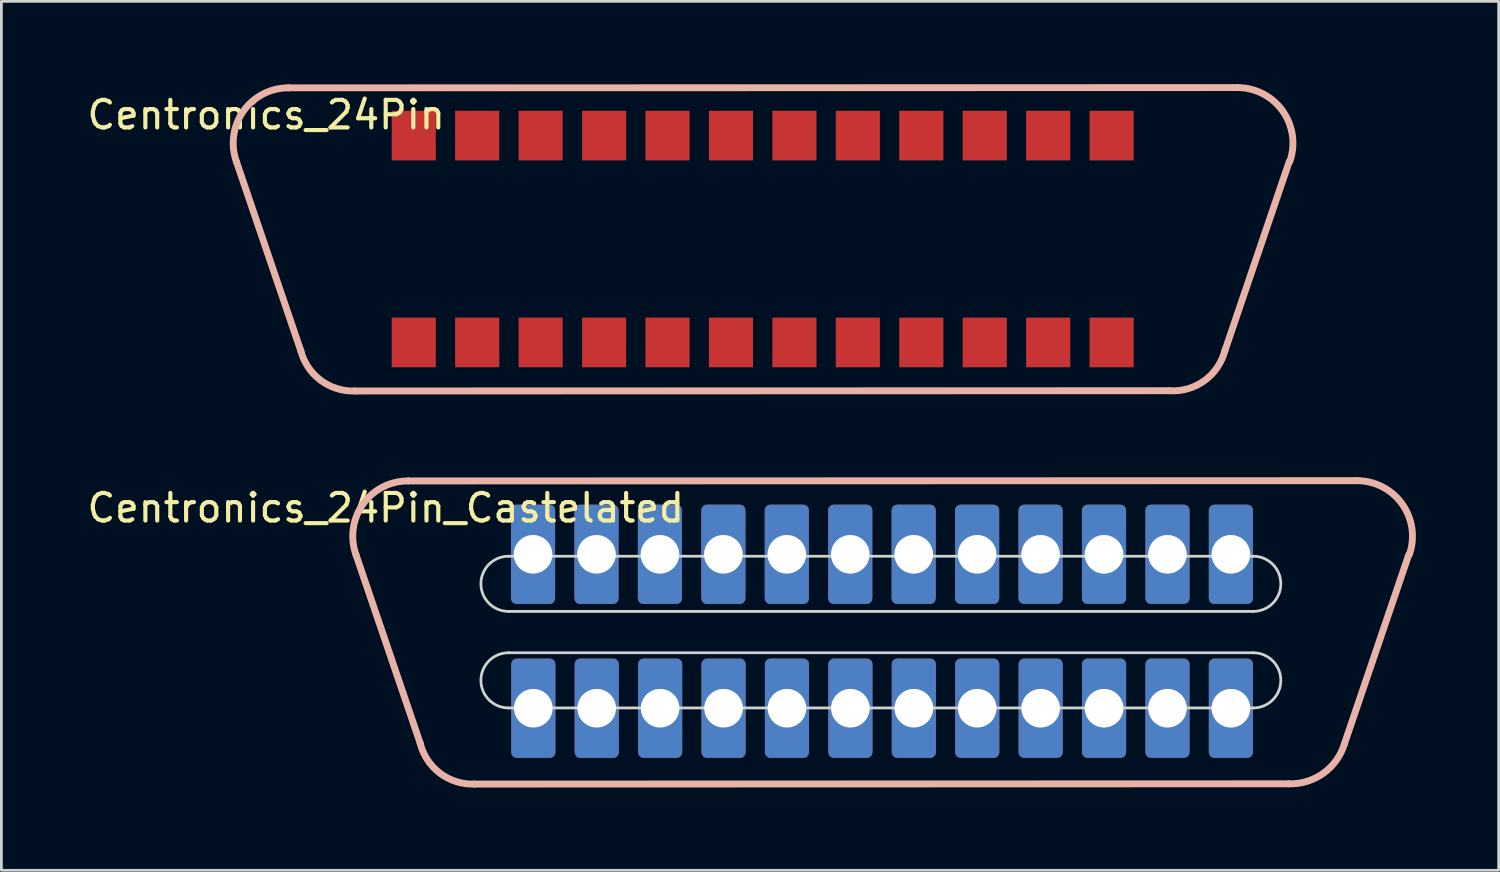
<source format=kicad_pcb>
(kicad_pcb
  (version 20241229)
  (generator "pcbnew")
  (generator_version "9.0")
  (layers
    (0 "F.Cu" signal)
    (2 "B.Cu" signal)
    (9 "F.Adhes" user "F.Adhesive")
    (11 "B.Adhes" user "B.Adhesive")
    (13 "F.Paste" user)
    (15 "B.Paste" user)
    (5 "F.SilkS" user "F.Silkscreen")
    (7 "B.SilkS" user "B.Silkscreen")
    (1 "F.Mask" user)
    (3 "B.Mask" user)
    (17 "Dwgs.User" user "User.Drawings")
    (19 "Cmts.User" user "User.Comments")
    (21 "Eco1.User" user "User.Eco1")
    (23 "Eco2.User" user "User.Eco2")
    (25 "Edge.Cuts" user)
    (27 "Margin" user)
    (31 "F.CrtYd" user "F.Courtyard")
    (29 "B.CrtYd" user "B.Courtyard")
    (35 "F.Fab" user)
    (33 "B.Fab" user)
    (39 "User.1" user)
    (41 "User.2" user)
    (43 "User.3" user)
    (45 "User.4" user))
  (footprint "Centronics_24Pin_Castelated"
    (layer "F.Cu")
    (at 28.935 19.866)
    (property "Reference" "Centronics_24Pin_Castelated" (at -18 -4.5 0) (layer "F.SilkS") (effects (font (size 1 1) (thickness 0.15))))
    (attr through_hole)
    (fp_rect (start -13.56 1.635) (end 13.46 3.505) (stroke (width 0.12) (type solid)) (fill yes) (layer "B.Mask"))
    (fp_rect (start -13.53 -3.55) (end 13.49 -1.68) (stroke (width 0.12) (type solid)) (fill yes) (layer "B.Mask"))
    (fp_line (start -19.078 -2.8) (end -16.752 4.027) (stroke (width 0.25) (type solid)) (layer "B.SilkS"))
    (fp_line (start -14.79 5.51) (end 14.74 5.5) (stroke (width 0.25) (type solid)) (layer "B.SilkS"))
    (fp_line (start 17.22 -5.49) (end -17.188 -5.48) (stroke (width 0.25) (type solid)) (layer "B.SilkS"))
    (fp_line (start 19.09 -2.81) (end 16.75 4.07) (stroke (width 0.25) (type solid)) (layer "B.SilkS"))
    (fp_arc (start -19.077999 -2.8) (mid -18.830559 -4.631936) (end -17.187999 -5.48) (stroke (width 0.25) (type solid)) (layer "B.SilkS"))
    (fp_arc (start -14.79 5.51) (mid -16.033606 5.115914) (end -16.752064 4.027026) (stroke (width 0.25) (type solid)) (layer "B.SilkS"))
    (fp_arc (start 16.76 4.04) (mid 15.998376 5.113643) (end 14.74 5.5) (stroke (width 0.25) (type solid)) (layer "B.SilkS"))
    (fp_arc (start 17.22 -5.49) (mid 18.855145 -4.636707) (end 19.11 -2.81) (stroke (width 0.25) (type solid)) (layer "B.SilkS"))
    (fp_line (start -13.55 -2.75) (end 13.45 -2.75) (stroke (width 0.1) (type solid)) (layer "Edge.Cuts"))
    (fp_line (start -13.55 2.75) (end 13.45 2.75) (stroke (width 0.1) (type solid)) (layer "Edge.Cuts"))
    (fp_line (start 13.45 -0.75) (end -13.55 -0.75) (stroke (width 0.1) (type solid)) (layer "Edge.Cuts"))
    (fp_line (start 13.45 0.75) (end -13.55 0.75) (stroke (width 0.1) (type solid)) (layer "Edge.Cuts"))
    (fp_arc (start -13.55 -0.75) (mid -14.55 -1.75) (end -13.55 -2.75) (stroke (width 0.1) (type solid)) (layer "Edge.Cuts"))
    (fp_arc (start -13.55 2.75) (mid -14.55 1.75) (end -13.55 0.75) (stroke (width 0.1) (type solid)) (layer "Edge.Cuts"))
    (fp_arc (start 13.45 -2.75) (mid 14.45 -1.75) (end 13.45 -0.75) (stroke (width 0.1) (type solid)) (layer "Edge.Cuts"))
    (fp_arc (start 13.45 0.75) (mid 14.45 1.75) (end 13.45 2.75) (stroke (width 0.1) (type solid)) (layer "Edge.Cuts"))
    (pad "1" thru_hole roundrect (at 12.64 -2.82) (size 1.6 3.6) (drill 1.4) (layers "*.Cu" "F.Mask") (roundrect_rratio 0.125))
    (pad "2" thru_hole roundrect (at 10.34 -2.82) (size 1.6 3.6) (drill 1.4) (layers "*.Cu" "F.Mask") (roundrect_rratio 0.125))
    (pad "3" thru_hole roundrect (at 8.04 -2.82) (size 1.6 3.6) (drill 1.4) (layers "*.Cu" "F.Mask") (roundrect_rratio 0.125))
    (pad "4" thru_hole roundrect (at 5.74 -2.82) (size 1.6 3.6) (drill 1.4) (layers "*.Cu" "F.Mask") (roundrect_rratio 0.125))
    (pad "5" thru_hole roundrect (at 3.44 -2.82) (size 1.6 3.6) (drill 1.4) (layers "*.Cu" "F.Mask") (roundrect_rratio 0.125))
    (pad "6" thru_hole roundrect (at 1.14 -2.82) (size 1.6 3.6) (drill 1.4) (layers "*.Cu" "F.Mask") (roundrect_rratio 0.125))
    (pad "7" thru_hole roundrect (at -1.16 -2.82) (size 1.6 3.6) (drill 1.4) (layers "*.Cu" "F.Mask") (roundrect_rratio 0.125))
    (pad "8" thru_hole roundrect (at -3.46 -2.82) (size 1.6 3.6) (drill 1.4) (layers "*.Cu" "F.Mask") (roundrect_rratio 0.125))
    (pad "9" thru_hole roundrect (at -5.76 -2.82) (size 1.6 3.6) (drill 1.4) (layers "*.Cu" "F.Mask") (roundrect_rratio 0.125))
    (pad "10" thru_hole roundrect (at -8.06 -2.82) (size 1.6 3.6) (drill 1.4) (layers "*.Cu" "F.Mask") (roundrect_rratio 0.125))
    (pad "11" thru_hole roundrect (at -10.36 -2.82) (size 1.6 3.6) (drill 1.4) (layers "*.Cu" "F.Mask") (roundrect_rratio 0.125))
    (pad "12" thru_hole roundrect (at -12.66 -2.82) (size 1.6 3.6) (drill 1.4) (layers "*.Cu" "F.Mask") (roundrect_rratio 0.125))
    (pad "13" thru_hole roundrect (at 12.64 2.76) (size 1.6 3.6) (drill 1.4) (layers "*.Cu" "F.Mask") (roundrect_rratio 0.125))
    (pad "14" thru_hole roundrect (at 10.341 2.76) (size 1.6 3.6) (drill 1.4) (layers "*.Cu" "F.Mask") (roundrect_rratio 0.125))
    (pad "15" thru_hole roundrect (at 8.042 2.76) (size 1.6 3.6) (drill 1.4) (layers "*.Cu" "F.Mask") (roundrect_rratio 0.125))
    (pad "16" thru_hole roundrect (at 5.743 2.76) (size 1.6 3.6) (drill 1.4) (layers "*.Cu" "F.Mask") (roundrect_rratio 0.125))
    (pad "17" thru_hole roundrect (at 3.444 2.76) (size 1.6 3.6) (drill 1.4) (layers "*.Cu" "F.Mask") (roundrect_rratio 0.125))
    (pad "18" thru_hole roundrect (at 1.145 2.76) (size 1.6 3.6) (drill 1.4) (layers "*.Cu" "F.Mask") (roundrect_rratio 0.125))
    (pad "19" thru_hole roundrect (at -1.155 2.76) (size 1.6 3.6) (drill 1.4) (layers "*.Cu" "F.Mask") (roundrect_rratio 0.125))
    (pad "20" thru_hole roundrect (at -3.454 2.76) (size 1.6 3.6) (drill 1.4) (layers "*.Cu" "F.Mask") (roundrect_rratio 0.125))
    (pad "21" thru_hole roundrect (at -5.753 2.76) (size 1.6 3.6) (drill 1.4) (layers "*.Cu" "F.Mask") (roundrect_rratio 0.125))
    (pad "22" thru_hole roundrect (at -8.052 2.76) (size 1.6 3.6) (drill 1.4) (layers "*.Cu" "F.Mask") (roundrect_rratio 0.125))
    (pad "23" thru_hole roundrect (at -10.351 2.76) (size 1.6 3.6) (drill 1.4) (layers "*.Cu" "F.Mask") (roundrect_rratio 0.125))
    (pad "24" thru_hole roundrect (at -12.65 2.76) (size 1.6 3.6) (drill 1.4) (layers "*.Cu" "F.Mask") (roundrect_rratio 0.125)))
  (footprint "Centronics_24Pin"
    (layer "F.Cu")
    (at 24.601 5.615)
    (property "Reference" "Centronics_24Pin" (at -18 -4.5 0) (layer "F.SilkS") (effects (font (size 1 1) (thickness 0.15))))
    (attr through_hole)
    (fp_line (start -19.078 -2.8) (end -16.74 4.07) (stroke (width 0.25) (type solid)) (layer "B.SilkS"))
    (fp_line (start -14.79 5.51) (end 14.74 5.5) (stroke (width 0.25) (type solid)) (layer "B.SilkS"))
    (fp_line (start 17.22 -5.49) (end -17.188 -5.48) (stroke (width 0.25) (type solid)) (layer "B.SilkS"))
    (fp_line (start 19.09 -2.81) (end 16.75 4.07) (stroke (width 0.25) (type solid)) (layer "B.SilkS"))
    (fp_arc (start -19.077999 -2.8) (mid -18.830559 -4.631936) (end -17.187999 -5.48) (stroke (width 0.25) (type solid)) (layer "B.SilkS"))
    (fp_arc (start -14.79 5.51) (mid -16.033606 5.115914) (end -16.752064 4.027026) (stroke (width 0.25) (type solid)) (layer "B.SilkS"))
    (fp_arc (start 16.76 4.03) (mid 16.017881 5.133109) (end 14.74 5.5) (stroke (width 0.25) (type solid)) (layer "B.SilkS"))
    (fp_arc (start 17.22 -5.49) (mid 18.855145 -4.636707) (end 19.11 -2.81) (stroke (width 0.25) (type solid)) (layer "B.SilkS"))
    (pad "1" smd rect (at 12.65 -3.75) (size 1.6 1.8) (layers "F.Cu" "F.Mask" "F.Paste"))
    (pad "2" smd rect (at 10.35 -3.75) (size 1.6 1.8) (layers "F.Cu" "F.Mask" "F.Paste"))
    (pad "3" smd rect (at 8.05 -3.75) (size 1.6 1.8) (layers "F.Cu" "F.Mask" "F.Paste"))
    (pad "4" smd rect (at 5.75 -3.75) (size 1.6 1.8) (layers "F.Cu" "F.Mask" "F.Paste"))
    (pad "5" smd rect (at 3.45 -3.75) (size 1.6 1.8) (layers "F.Cu" "F.Mask" "F.Paste"))
    (pad "6" smd rect (at 1.15 -3.75) (size 1.6 1.8) (layers "F.Cu" "F.Mask" "F.Paste"))
    (pad "7" smd rect (at -1.15 -3.75) (size 1.6 1.8) (layers "F.Cu" "F.Mask" "F.Paste"))
    (pad "8" smd rect (at -3.45 -3.75) (size 1.6 1.8) (layers "F.Cu" "F.Mask" "F.Paste"))
    (pad "9" smd rect (at -5.75 -3.75) (size 1.6 1.8) (layers "F.Cu" "F.Mask" "F.Paste"))
    (pad "10" smd rect (at -8.05 -3.75) (size 1.6 1.8) (layers "F.Cu" "F.Mask" "F.Paste"))
    (pad "11" smd rect (at -10.35 -3.75) (size 1.6 1.8) (layers "F.Cu" "F.Mask" "F.Paste"))
    (pad "12" smd rect (at -12.65 -3.75) (size 1.6 1.8) (layers "F.Cu" "F.Mask" "F.Paste"))
    (pad "13" smd rect (at 12.65 3.75) (size 1.6 1.8) (layers "F.Cu" "F.Mask" "F.Paste"))
    (pad "14" smd rect (at 10.35 3.75) (size 1.6 1.8) (layers "F.Cu" "F.Mask" "F.Paste"))
    (pad "15" smd rect (at 8.05 3.75) (size 1.6 1.8) (layers "F.Cu" "F.Mask" "F.Paste"))
    (pad "16" smd rect (at 5.75 3.75) (size 1.6 1.8) (layers "F.Cu" "F.Mask" "F.Paste"))
    (pad "17" smd rect (at 3.45 3.75) (size 1.6 1.8) (layers "F.Cu" "F.Mask" "F.Paste"))
    (pad "18" smd rect (at 1.15 3.75) (size 1.6 1.8) (layers "F.Cu" "F.Mask" "F.Paste"))
    (pad "19" smd rect (at -1.15 3.75) (size 1.6 1.8) (layers "F.Cu" "F.Mask" "F.Paste"))
    (pad "20" smd rect (at -3.45 3.75) (size 1.6 1.8) (layers "F.Cu" "F.Mask" "F.Paste"))
    (pad "21" smd rect (at -5.75 3.75) (size 1.6 1.8) (layers "F.Cu" "F.Mask" "F.Paste"))
    (pad "22" smd rect (at -8.05 3.75) (size 1.6 1.8) (layers "F.Cu" "F.Mask" "F.Paste"))
    (pad "23" smd rect (at -10.35 3.75) (size 1.6 1.8) (layers "F.Cu" "F.Mask" "F.Paste"))
    (pad "24" smd rect (at -12.65 3.75) (size 1.6 1.8) (layers "F.Cu" "F.Mask" "F.Paste")))
  (gr_rect
    (start -3 -3)
    (end 51.283 28.502)
    (stroke (width 0.1) (type default))
    (fill no)
    (layer "Edge.Cuts")))
</source>
